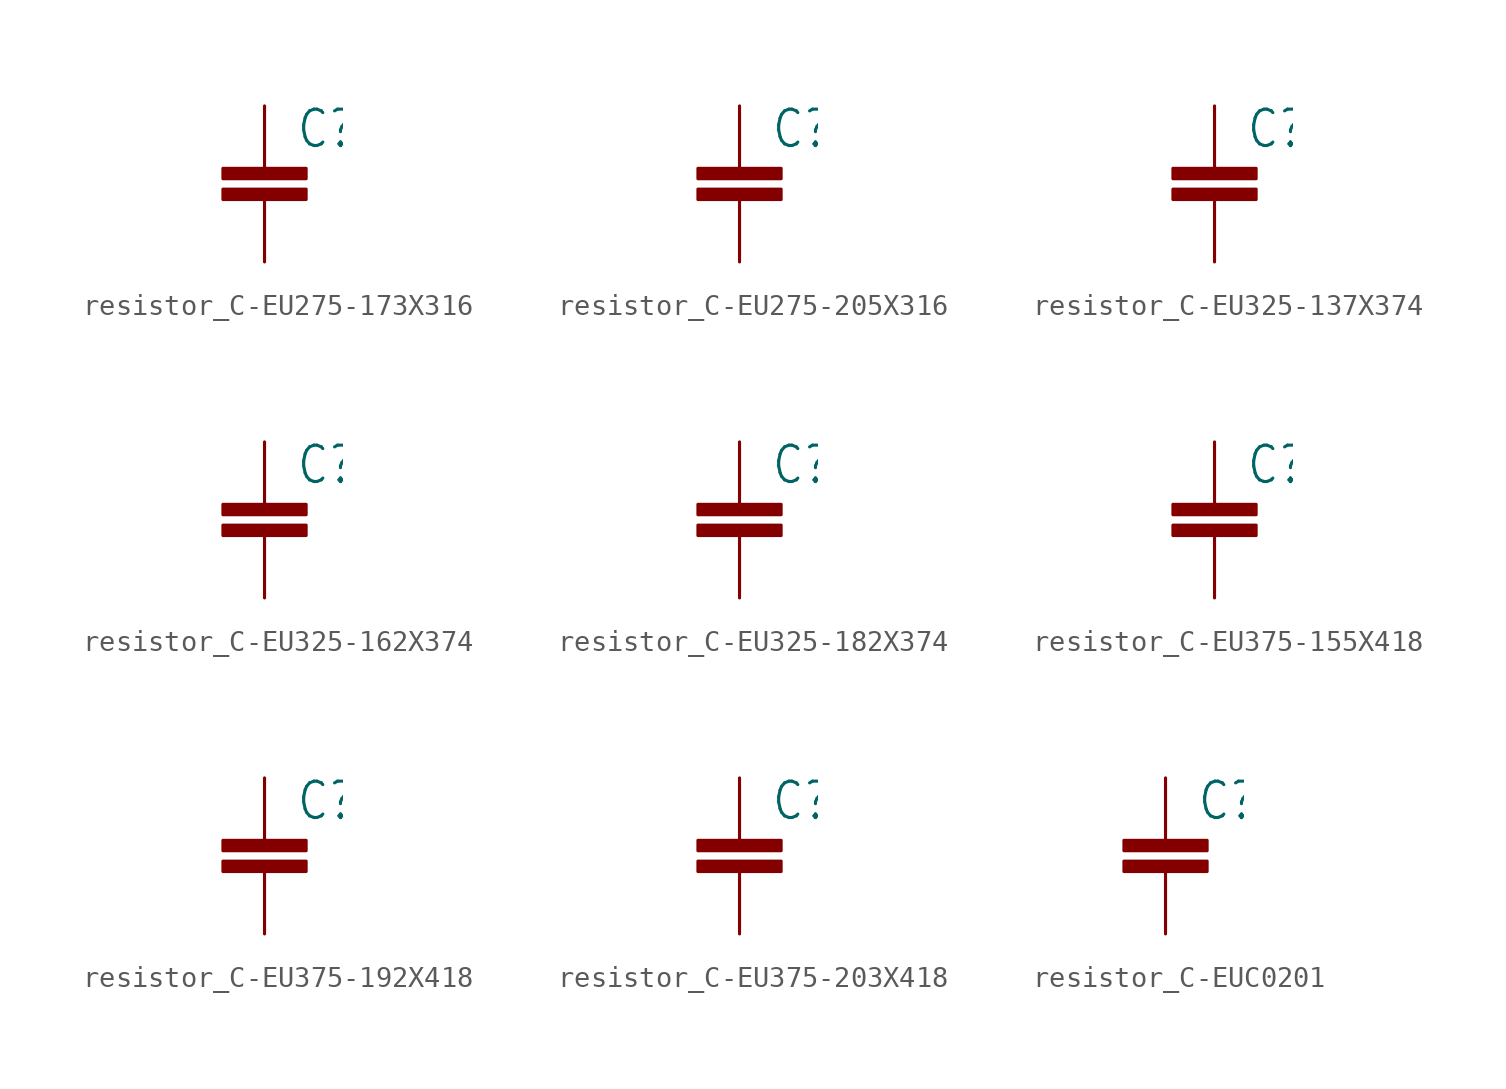
<source format=kicad_sym>
(kicad_symbol_lib
  (version 20241209)
  (generator "kicad_symbol_editor")
  (generator_version "9.0")
  (symbol "resistor_C-EU275-173X316"
    (property "Reference" "C"
      (at 1.524 0.381 0)
      (effects (font (size 1.778 1.511)) (justify left bottom)))
    (property "Value" ""
      (at 1.524 -4.699 0)
      (effects (font (size 1.778 1.511)) (justify left bottom)))
    (property "ki_locked" ""
      (at 0 0 0)
      (effects (font (size 1.27 1.27))))
    (symbol "resistor_C-EU275-173X316_1_0"
      (rectangle (start -2.032 -1.016) (end 2.032 -0.508) (stroke (width 0) (type default)) (fill (type outline)))
      (rectangle (start -2.032 -2.032) (end 2.032 -1.524) (stroke (width 0) (type default)) (fill (type outline)))
      (polyline (pts (xy 0 0) (xy 0 -0.508)) (stroke (width 0.152) (type solid)) (fill (type none)))
      (polyline (pts (xy 0 -2.54) (xy 0 -2.032)) (stroke (width 0.152) (type solid)) (fill (type none)))
      (pin passive line (at 0 2.54 270) (length 2.54) (name "1" (effects (font (size 0 0)))) (number "1" (effects (font (size 0 0)))))
      (pin passive line (at 0 -5.08 90) (length 2.54) (name "2" (effects (font (size 0 0)))) (number "2" (effects (font (size 0 0)))))))
  (symbol "resistor_C-EU275-205X316"
    (property "Reference" "C"
      (at 1.524 0.381 0)
      (effects (font (size 1.778 1.511)) (justify left bottom)))
    (property "Value" ""
      (at 1.524 -4.699 0)
      (effects (font (size 1.778 1.511)) (justify left bottom)))
    (property "ki_locked" ""
      (at 0 0 0)
      (effects (font (size 1.27 1.27))))
    (symbol "resistor_C-EU275-205X316_1_0"
      (rectangle (start -2.032 -1.016) (end 2.032 -0.508) (stroke (width 0) (type default)) (fill (type outline)))
      (rectangle (start -2.032 -2.032) (end 2.032 -1.524) (stroke (width 0) (type default)) (fill (type outline)))
      (polyline (pts (xy 0 0) (xy 0 -0.508)) (stroke (width 0.152) (type solid)) (fill (type none)))
      (polyline (pts (xy 0 -2.54) (xy 0 -2.032)) (stroke (width 0.152) (type solid)) (fill (type none)))
      (pin passive line (at 0 2.54 270) (length 2.54) (name "1" (effects (font (size 0 0)))) (number "1" (effects (font (size 0 0)))))
      (pin passive line (at 0 -5.08 90) (length 2.54) (name "2" (effects (font (size 0 0)))) (number "2" (effects (font (size 0 0)))))))
  (symbol "resistor_C-EU325-137X374"
    (property "Reference" "C"
      (at 1.524 0.381 0)
      (effects (font (size 1.778 1.511)) (justify left bottom)))
    (property "Value" ""
      (at 1.524 -4.699 0)
      (effects (font (size 1.778 1.511)) (justify left bottom)))
    (property "ki_locked" ""
      (at 0 0 0)
      (effects (font (size 1.27 1.27))))
    (symbol "resistor_C-EU325-137X374_1_0"
      (rectangle (start -2.032 -1.016) (end 2.032 -0.508) (stroke (width 0) (type default)) (fill (type outline)))
      (rectangle (start -2.032 -2.032) (end 2.032 -1.524) (stroke (width 0) (type default)) (fill (type outline)))
      (polyline (pts (xy 0 0) (xy 0 -0.508)) (stroke (width 0.152) (type solid)) (fill (type none)))
      (polyline (pts (xy 0 -2.54) (xy 0 -2.032)) (stroke (width 0.152) (type solid)) (fill (type none)))
      (pin passive line (at 0 2.54 270) (length 2.54) (name "1" (effects (font (size 0 0)))) (number "1" (effects (font (size 0 0)))))
      (pin passive line (at 0 -5.08 90) (length 2.54) (name "2" (effects (font (size 0 0)))) (number "2" (effects (font (size 0 0)))))))
  (symbol "resistor_C-EU325-162X374"
    (property "Reference" "C"
      (at 1.524 0.381 0)
      (effects (font (size 1.778 1.511)) (justify left bottom)))
    (property "Value" ""
      (at 1.524 -4.699 0)
      (effects (font (size 1.778 1.511)) (justify left bottom)))
    (property "ki_locked" ""
      (at 0 0 0)
      (effects (font (size 1.27 1.27))))
    (symbol "resistor_C-EU325-162X374_1_0"
      (rectangle (start -2.032 -1.016) (end 2.032 -0.508) (stroke (width 0) (type default)) (fill (type outline)))
      (rectangle (start -2.032 -2.032) (end 2.032 -1.524) (stroke (width 0) (type default)) (fill (type outline)))
      (polyline (pts (xy 0 0) (xy 0 -0.508)) (stroke (width 0.152) (type solid)) (fill (type none)))
      (polyline (pts (xy 0 -2.54) (xy 0 -2.032)) (stroke (width 0.152) (type solid)) (fill (type none)))
      (pin passive line (at 0 2.54 270) (length 2.54) (name "1" (effects (font (size 0 0)))) (number "1" (effects (font (size 0 0)))))
      (pin passive line (at 0 -5.08 90) (length 2.54) (name "2" (effects (font (size 0 0)))) (number "2" (effects (font (size 0 0)))))))
  (symbol "resistor_C-EU325-182X374"
    (property "Reference" "C"
      (at 1.524 0.381 0)
      (effects (font (size 1.778 1.511)) (justify left bottom)))
    (property "Value" ""
      (at 1.524 -4.699 0)
      (effects (font (size 1.778 1.511)) (justify left bottom)))
    (property "ki_locked" ""
      (at 0 0 0)
      (effects (font (size 1.27 1.27))))
    (symbol "resistor_C-EU325-182X374_1_0"
      (rectangle (start -2.032 -1.016) (end 2.032 -0.508) (stroke (width 0) (type default)) (fill (type outline)))
      (rectangle (start -2.032 -2.032) (end 2.032 -1.524) (stroke (width 0) (type default)) (fill (type outline)))
      (polyline (pts (xy 0 0) (xy 0 -0.508)) (stroke (width 0.152) (type solid)) (fill (type none)))
      (polyline (pts (xy 0 -2.54) (xy 0 -2.032)) (stroke (width 0.152) (type solid)) (fill (type none)))
      (pin passive line (at 0 2.54 270) (length 2.54) (name "1" (effects (font (size 0 0)))) (number "1" (effects (font (size 0 0)))))
      (pin passive line (at 0 -5.08 90) (length 2.54) (name "2" (effects (font (size 0 0)))) (number "2" (effects (font (size 0 0)))))))
  (symbol "resistor_C-EU375-155X418"
    (property "Reference" "C"
      (at 1.524 0.381 0)
      (effects (font (size 1.778 1.511)) (justify left bottom)))
    (property "Value" ""
      (at 1.524 -4.699 0)
      (effects (font (size 1.778 1.511)) (justify left bottom)))
    (property "ki_locked" ""
      (at 0 0 0)
      (effects (font (size 1.27 1.27))))
    (symbol "resistor_C-EU375-155X418_1_0"
      (rectangle (start -2.032 -1.016) (end 2.032 -0.508) (stroke (width 0) (type default)) (fill (type outline)))
      (rectangle (start -2.032 -2.032) (end 2.032 -1.524) (stroke (width 0) (type default)) (fill (type outline)))
      (polyline (pts (xy 0 0) (xy 0 -0.508)) (stroke (width 0.152) (type solid)) (fill (type none)))
      (polyline (pts (xy 0 -2.54) (xy 0 -2.032)) (stroke (width 0.152) (type solid)) (fill (type none)))
      (pin passive line (at 0 2.54 270) (length 2.54) (name "1" (effects (font (size 0 0)))) (number "1" (effects (font (size 0 0)))))
      (pin passive line (at 0 -5.08 90) (length 2.54) (name "2" (effects (font (size 0 0)))) (number "2" (effects (font (size 0 0)))))))
  (symbol "resistor_C-EU375-192X418"
    (property "Reference" "C"
      (at 1.524 0.381 0)
      (effects (font (size 1.778 1.511)) (justify left bottom)))
    (property "Value" ""
      (at 1.524 -4.699 0)
      (effects (font (size 1.778 1.511)) (justify left bottom)))
    (property "ki_locked" ""
      (at 0 0 0)
      (effects (font (size 1.27 1.27))))
    (symbol "resistor_C-EU375-192X418_1_0"
      (rectangle (start -2.032 -1.016) (end 2.032 -0.508) (stroke (width 0) (type default)) (fill (type outline)))
      (rectangle (start -2.032 -2.032) (end 2.032 -1.524) (stroke (width 0) (type default)) (fill (type outline)))
      (polyline (pts (xy 0 0) (xy 0 -0.508)) (stroke (width 0.152) (type solid)) (fill (type none)))
      (polyline (pts (xy 0 -2.54) (xy 0 -2.032)) (stroke (width 0.152) (type solid)) (fill (type none)))
      (pin passive line (at 0 2.54 270) (length 2.54) (name "1" (effects (font (size 0 0)))) (number "1" (effects (font (size 0 0)))))
      (pin passive line (at 0 -5.08 90) (length 2.54) (name "2" (effects (font (size 0 0)))) (number "2" (effects (font (size 0 0)))))))
  (symbol "resistor_C-EU375-203X418"
    (property "Reference" "C"
      (at 1.524 0.381 0)
      (effects (font (size 1.778 1.511)) (justify left bottom)))
    (property "Value" ""
      (at 1.524 -4.699 0)
      (effects (font (size 1.778 1.511)) (justify left bottom)))
    (property "ki_locked" ""
      (at 0 0 0)
      (effects (font (size 1.27 1.27))))
    (symbol "resistor_C-EU375-203X418_1_0"
      (rectangle (start -2.032 -1.016) (end 2.032 -0.508) (stroke (width 0) (type default)) (fill (type outline)))
      (rectangle (start -2.032 -2.032) (end 2.032 -1.524) (stroke (width 0) (type default)) (fill (type outline)))
      (polyline (pts (xy 0 0) (xy 0 -0.508)) (stroke (width 0.152) (type solid)) (fill (type none)))
      (polyline (pts (xy 0 -2.54) (xy 0 -2.032)) (stroke (width 0.152) (type solid)) (fill (type none)))
      (pin passive line (at 0 2.54 270) (length 2.54) (name "1" (effects (font (size 0 0)))) (number "1" (effects (font (size 0 0)))))
      (pin passive line (at 0 -5.08 90) (length 2.54) (name "2" (effects (font (size 0 0)))) (number "2" (effects (font (size 0 0)))))))
  (symbol "resistor_C-EUC0201"
    (property "Reference" "C"
      (at 1.524 0.381 0)
      (effects (font (size 1.778 1.511)) (justify left bottom)))
    (property "Value" ""
      (at 1.524 -4.699 0)
      (effects (font (size 1.778 1.511)) (justify left bottom)))
    (property "ki_locked" ""
      (at 0 0 0)
      (effects (font (size 1.27 1.27))))
    (symbol "resistor_C-EUC0201_1_0"
      (rectangle (start -2.032 -1.016) (end 2.032 -0.508) (stroke (width 0) (type default)) (fill (type outline)))
      (rectangle (start -2.032 -2.032) (end 2.032 -1.524) (stroke (width 0) (type default)) (fill (type outline)))
      (polyline (pts (xy 0 0) (xy 0 -0.508)) (stroke (width 0.152) (type solid)) (fill (type none)))
      (polyline (pts (xy 0 -2.54) (xy 0 -2.032)) (stroke (width 0.152) (type solid)) (fill (type none)))
      (pin passive line (at 0 2.54 270) (length 2.54) (name "1" (effects (font (size 0 0)))) (number "1" (effects (font (size 0 0)))))
      (pin passive line (at 0 -5.08 90) (length 2.54) (name "2" (effects (font (size 0 0)))) (number "2" (effects (font (size 0 0))))))))
</source>
